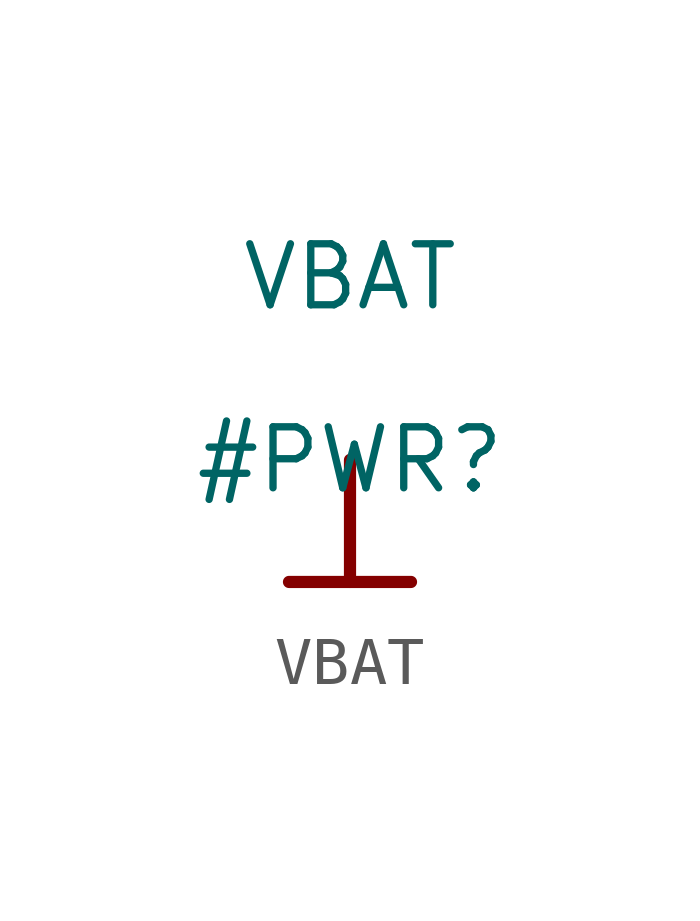
<source format=kicad_sym>
(kicad_symbol_lib
  (version 20211014)
  (generator kicad_symbol_editor)
  (symbol "VBAT"
    (power)
    (property "Reference" "#PWR"
      (at 0 0 0)
      (effects (font (size 1.27 1.27))))
    (property "Value" "VBAT"
      (at 0 3.81 0)
      (effects (font (size 1.27 1.27))))
    (symbol "VBAT_0_0"
      (polyline (pts (xy -1.27 -2.54) (xy 1.27 -2.54)) (stroke (width 0.254) (type default) (color 0 0 0 0)) (fill (type none)))
      (polyline (pts (xy 0 0) (xy 0 -2.54)) (stroke (width 0.254) (type default) (color 0 0 0 0)) (fill (type none)))
      (pin power_in line (at 0 0 0) (length 0) hide (name "VBAT" (effects (font (size 1.27 1.27)))) (number "" (effects (font (size 1.27 1.27))))))))
</source>
